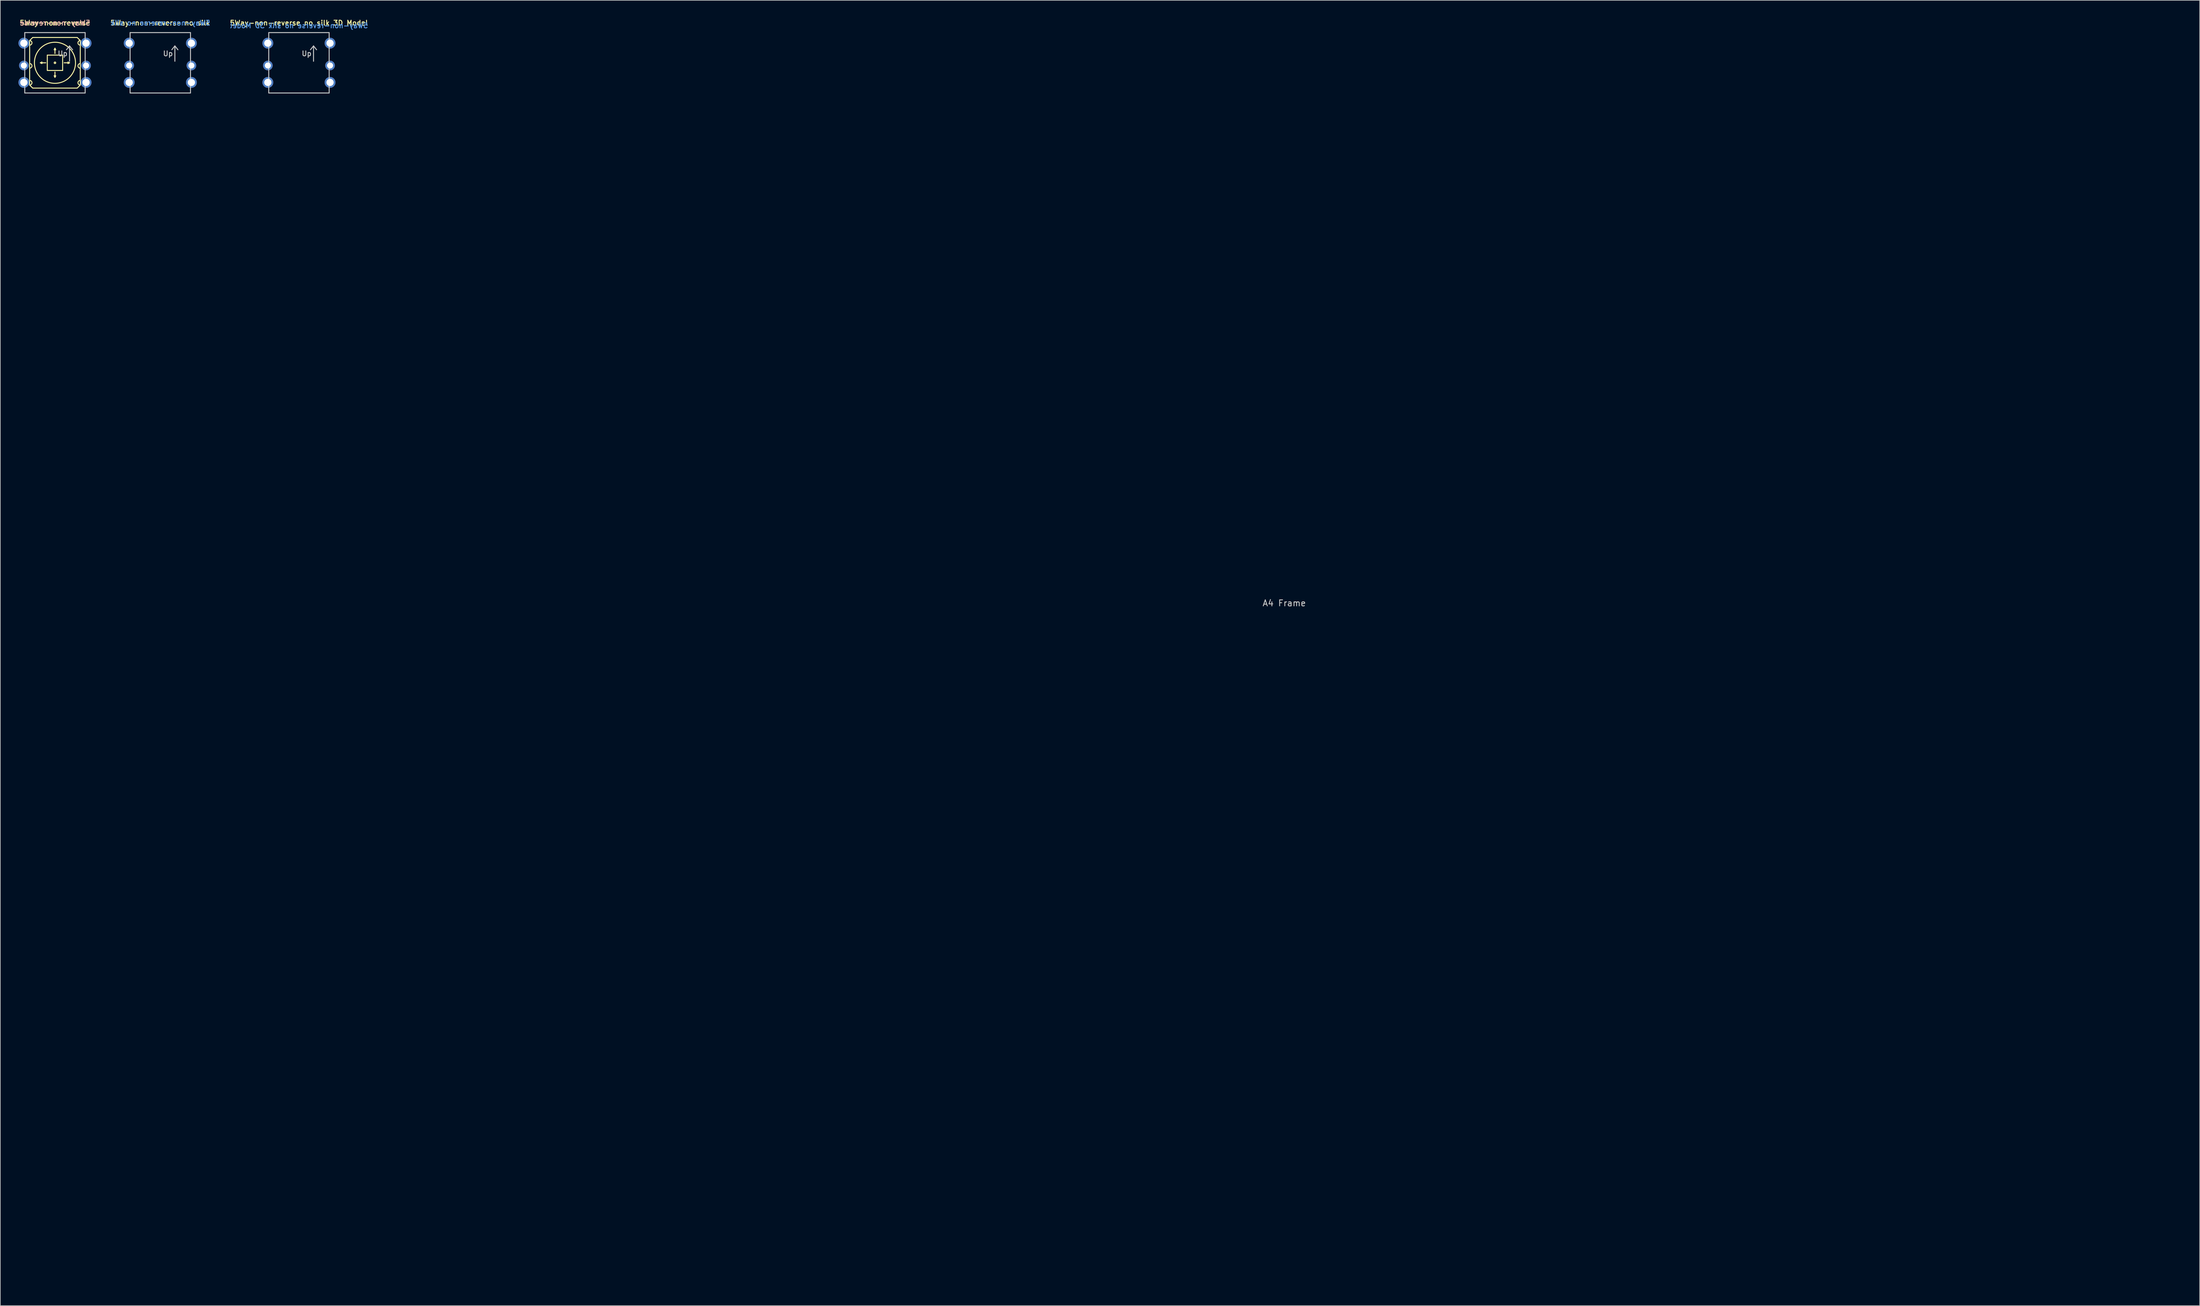
<source format=kicad_pcb>
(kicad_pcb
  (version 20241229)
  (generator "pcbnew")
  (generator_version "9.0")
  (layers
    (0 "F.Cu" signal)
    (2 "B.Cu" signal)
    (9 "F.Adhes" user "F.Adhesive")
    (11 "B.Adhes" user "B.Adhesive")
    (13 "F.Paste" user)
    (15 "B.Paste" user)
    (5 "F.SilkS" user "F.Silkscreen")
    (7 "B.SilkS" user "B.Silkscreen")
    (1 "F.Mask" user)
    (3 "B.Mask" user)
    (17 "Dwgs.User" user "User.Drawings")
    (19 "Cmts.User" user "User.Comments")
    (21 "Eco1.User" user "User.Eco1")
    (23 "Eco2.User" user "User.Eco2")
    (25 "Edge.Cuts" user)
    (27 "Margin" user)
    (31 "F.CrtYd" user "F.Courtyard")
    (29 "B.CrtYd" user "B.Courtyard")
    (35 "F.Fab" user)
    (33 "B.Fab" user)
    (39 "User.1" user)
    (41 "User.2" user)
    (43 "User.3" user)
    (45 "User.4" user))
  (footprint "5Way-non-reverse"
    (layer "F.Cu")
    (at 6.05 7.347)
    (property "Reference" "5Way-non-reverse" (at 0 -6.604 0) (layer "F.SilkS") (effects (font (size 0.813 0.813) (thickness 0.152))))
    (attr through_hole exclude_from_pos_files)
    (fp_line (start -4.191 -3.683) (end -3.683 -4.191) (stroke (width 0.16) (type solid)) (layer "F.SilkS"))
    (fp_line (start -4.191 3.683) (end -4.191 -3.683) (stroke (width 0.16) (type solid)) (layer "F.SilkS"))
    (fp_line (start -3.683 -4.191) (end 3.683 -4.191) (stroke (width 0.16) (type solid)) (layer "F.SilkS"))
    (fp_line (start -3.683 4.191) (end -4.191 3.683) (stroke (width 0.16) (type solid)) (layer "F.SilkS"))
    (fp_line (start -2.413 0) (end -2.159 -0.127) (stroke (width 0.16) (type solid)) (layer "F.SilkS"))
    (fp_line (start -2.159 -0.127) (end -2.159 0.127) (stroke (width 0.16) (type solid)) (layer "F.SilkS"))
    (fp_line (start -2.159 0.127) (end -2.413 0) (stroke (width 0.16) (type solid)) (layer "F.SilkS"))
    (fp_line (start -1.524 0) (end -2.413 0) (stroke (width 0.16) (type solid)) (layer "F.SilkS"))
    (fp_line (start -1.27 -1.27) (end -1.27 1.27) (stroke (width 0.16) (type solid)) (layer "F.SilkS"))
    (fp_line (start -1.27 1.27) (end 1.27 1.27) (stroke (width 0.16) (type solid)) (layer "F.SilkS"))
    (fp_line (start -0.127 -2.159) (end 0 -2.413) (stroke (width 0.16) (type solid)) (layer "F.SilkS"))
    (fp_line (start -0.127 2.159) (end 0.127 2.159) (stroke (width 0.16) (type solid)) (layer "F.SilkS"))
    (fp_line (start 0 -2.413) (end 0.127 -2.159) (stroke (width 0.16) (type solid)) (layer "F.SilkS"))
    (fp_line (start 0 -1.524) (end 0 -2.413) (stroke (width 0.16) (type solid)) (layer "F.SilkS"))
    (fp_line (start 0 1.524) (end 0 2.413) (stroke (width 0.16) (type solid)) (layer "F.SilkS"))
    (fp_line (start 0 2.413) (end -0.127 2.159) (stroke (width 0.16) (type solid)) (layer "F.SilkS"))
    (fp_line (start 0.127 -2.159) (end -0.127 -2.159) (stroke (width 0.16) (type solid)) (layer "F.SilkS"))
    (fp_line (start 0.127 2.159) (end 0 2.413) (stroke (width 0.16) (type solid)) (layer "F.SilkS"))
    (fp_line (start 1.27 -1.27) (end -1.27 -1.27) (stroke (width 0.16) (type solid)) (layer "F.SilkS"))
    (fp_line (start 1.27 1.27) (end 1.27 -1.27) (stroke (width 0.16) (type solid)) (layer "F.SilkS"))
    (fp_line (start 1.524 0) (end 2.413 0) (stroke (width 0.16) (type solid)) (layer "F.SilkS"))
    (fp_line (start 2.159 -0.127) (end 2.413 0) (stroke (width 0.16) (type solid)) (layer "F.SilkS"))
    (fp_line (start 2.159 0.127) (end 2.159 -0.127) (stroke (width 0.16) (type solid)) (layer "F.SilkS"))
    (fp_line (start 2.413 0) (end 2.159 0.127) (stroke (width 0.16) (type solid)) (layer "F.SilkS"))
    (fp_line (start 3.683 -4.191) (end 4.191 -3.683) (stroke (width 0.16) (type solid)) (layer "F.SilkS"))
    (fp_line (start 3.683 4.191) (end -3.683 4.191) (stroke (width 0.16) (type solid)) (layer "F.SilkS"))
    (fp_line (start 4.191 -3.683) (end 4.191 3.683) (stroke (width 0.16) (type solid)) (layer "F.SilkS"))
    (fp_line (start 4.191 3.683) (end 3.683 4.191) (stroke (width 0.16) (type solid)) (layer "F.SilkS"))
    (fp_arc (start -4.191 -3.683) (mid -3.81 -3.302) (end -4.191 -2.921) (stroke (width 0.16) (type solid)) (layer "F.SilkS"))
    (fp_arc (start -4.191 0.127) (mid -3.81 0.508) (end -4.191 0.889) (stroke (width 0.16) (type solid)) (layer "F.SilkS"))
    (fp_arc (start -4.191 2.921) (mid -3.81 3.302) (end -4.191 3.683) (stroke (width 0.16) (type solid)) (layer "F.SilkS"))
    (fp_arc (start 4.191 -2.921) (mid 3.81 -3.302) (end 4.191 -3.683) (stroke (width 0.16) (type solid)) (layer "F.SilkS"))
    (fp_arc (start 4.191 0.889) (mid 3.81 0.508) (end 4.191 0.127) (stroke (width 0.16) (type solid)) (layer "F.SilkS"))
    (fp_arc (start 4.191 3.683) (mid 3.81 3.302) (end 4.191 2.921) (stroke (width 0.16) (type solid)) (layer "F.SilkS"))
    (fp_circle (center 0 0) (end 0.127 0) (stroke (width 0.16) (type solid)) (fill no) (layer "F.SilkS"))
    (fp_circle (center 0 0) (end 3.4 0) (stroke (width 0.16) (type solid)) (fill no) (layer "F.SilkS"))
    (fp_line (start -5 -5) (end 5 -5) (stroke (width 0.16) (type solid)) (layer "Dwgs.User"))
    (fp_line (start -5 5) (end -5 -5) (stroke (width 0.16) (type solid)) (layer "Dwgs.User"))
    (fp_line (start 2.413 -2.794) (end 1.905 -2.159) (stroke (width 0.16) (type solid)) (layer "Dwgs.User"))
    (fp_line (start 2.413 -2.794) (end 2.921 -2.159) (stroke (width 0.16) (type solid)) (layer "Dwgs.User"))
    (fp_line (start 2.413 -0.254) (end 2.413 -2.794) (stroke (width 0.16) (type solid)) (layer "Dwgs.User"))
    (fp_line (start 5 -5) (end 5 5) (stroke (width 0.16) (type solid)) (layer "Dwgs.User"))
    (fp_line (start 5 5) (end -5 5) (stroke (width 0.16) (type solid)) (layer "Dwgs.User"))
    (fp_text user "${REFERENCE}" (at 0 -6.604 0) (layer "B.SilkS") (effects (font (size 0.813 0.813) (thickness 0.152)) (justify mirror)))
    (fp_text user "Up" (at 1.27 -1.524 0) (layer "Dwgs.User") (effects (font (size 0.813 0.813) (thickness 0.152))))
    (pad "1" thru_hole circle (at -5.15 -3.25) (size 1.8 1.8) (drill 1.2) (layers "*.Cu" "*.Mask"))
    (pad "2" thru_hole circle (at -5.15 0.45) (size 1.6 1.6) (drill 1) (layers "*.Cu" "*.Mask"))
    (pad "3" thru_hole circle (at -5.15 3.25) (size 1.8 1.8) (drill 1.2) (layers "*.Cu" "*.Mask"))
    (pad "4" thru_hole circle (at 5.15 3.25) (size 1.8 1.8) (drill 1.2) (layers "*.Cu" "*.Mask"))
    (pad "5" thru_hole circle (at 5.15 0.45) (size 1.6 1.6) (drill 1) (layers "*.Cu" "*.Mask"))
    (pad "6" thru_hole circle (at 5.15 -3.25) (size 1.8 1.8) (drill 1.2) (layers "*.Cu" "*.Mask")))
  (footprint "5Way-non-reverse no silk 3D Model"
    (layer "F.Cu")
    (at 46.448 7.347)
    (property "Reference" "5Way-non-reverse no silk 3D Model" (at 0 -6.604 0) (layer "F.SilkS") (effects (font (size 0.813 0.813) (thickness 0.152))))
    (attr through_hole exclude_from_pos_files)
    (fp_line (start -5 -5) (end 5 -5) (stroke (width 0.16) (type solid)) (layer "Dwgs.User"))
    (fp_line (start -5 5) (end -5 -5) (stroke (width 0.16) (type solid)) (layer "Dwgs.User"))
    (fp_line (start 2.413 -2.794) (end 1.905 -2.159) (stroke (width 0.16) (type solid)) (layer "Dwgs.User"))
    (fp_line (start 2.413 -2.794) (end 2.921 -2.159) (stroke (width 0.16) (type solid)) (layer "Dwgs.User"))
    (fp_line (start 2.413 -0.254) (end 2.413 -2.794) (stroke (width 0.16) (type solid)) (layer "Dwgs.User"))
    (fp_line (start 5 -5) (end 5 5) (stroke (width 0.16) (type solid)) (layer "Dwgs.User"))
    (fp_line (start 5 5) (end -5 5) (stroke (width 0.16) (type solid)) (layer "Dwgs.User"))
    (fp_text user "Up" (at 1.27 -1.524 0) (layer "Dwgs.User") (effects (font (size 0.813 0.813) (thickness 0.152))))
    (fp_text user "${REFERENCE}" (at 0 -6.154 0) (layer "Cmts.User") (effects (font (size 0.813 0.813) (thickness 0.152)) (justify mirror)))
    (pad "1" thru_hole circle (at -5.15 -3.25) (size 1.8 1.8) (drill 1.2) (layers "*.Cu" "*.Mask"))
    (pad "2" thru_hole circle (at -5.15 0.45) (size 1.6 1.6) (drill 1) (layers "*.Cu" "*.Mask"))
    (pad "3" thru_hole circle (at -5.15 3.25) (size 1.8 1.8) (drill 1.2) (layers "*.Cu" "*.Mask"))
    (pad "4" thru_hole circle (at 5.15 3.25) (size 1.8 1.8) (drill 1.2) (layers "*.Cu" "*.Mask"))
    (pad "5" thru_hole circle (at 5.15 0.45) (size 1.6 1.6) (drill 1) (layers "*.Cu" "*.Mask"))
    (pad "6" thru_hole circle (at 5.15 -3.25) (size 1.8 1.8) (drill 1.2) (layers "*.Cu" "*.Mask")))
  (footprint "A4 Frame"
    (layer "F.Cu")
    (at 209.588 105.075)
    (property "Reference" "A4 Frame" (at 0 -8.255 180) (layer "Dwgs.User") (effects (font (size 1 1) (thickness 0.15))))
    (attr through_hole)
    (fp_rect (start -148.5 -105) (end 148.5 105) (stroke (width 0.15) (type default)) (fill no) (layer "User.7")))
  (footprint "5Way-non-reverse no silk"
    (layer "F.Cu")
    (at 23.491 7.347)
    (property "Reference" "5Way-non-reverse no silk" (at 0 -6.604 0) (layer "F.SilkS") (effects (font (size 0.813 0.813) (thickness 0.152))))
    (attr through_hole exclude_from_pos_files)
    (fp_line (start -5 -5) (end 5 -5) (stroke (width 0.16) (type solid)) (layer "Dwgs.User"))
    (fp_line (start -5 5) (end -5 -5) (stroke (width 0.16) (type solid)) (layer "Dwgs.User"))
    (fp_line (start 2.413 -2.794) (end 1.905 -2.159) (stroke (width 0.16) (type solid)) (layer "Dwgs.User"))
    (fp_line (start 2.413 -2.794) (end 2.921 -2.159) (stroke (width 0.16) (type solid)) (layer "Dwgs.User"))
    (fp_line (start 2.413 -0.254) (end 2.413 -2.794) (stroke (width 0.16) (type solid)) (layer "Dwgs.User"))
    (fp_line (start 5 -5) (end 5 5) (stroke (width 0.16) (type solid)) (layer "Dwgs.User"))
    (fp_line (start 5 5) (end -5 5) (stroke (width 0.16) (type solid)) (layer "Dwgs.User"))
    (fp_text user "Up" (at 1.27 -1.524 0) (layer "Dwgs.User") (effects (font (size 0.813 0.813) (thickness 0.152))))
    (fp_text user "${REFERENCE}" (at 0 -6.604 0) (layer "Cmts.User") (effects (font (size 0.813 0.813) (thickness 0.152)) (justify mirror)))
    (pad "1" thru_hole circle (at -5.15 -3.25) (size 1.8 1.8) (drill 1.2) (layers "*.Cu" "*.Mask"))
    (pad "2" thru_hole circle (at -5.15 0.45) (size 1.6 1.6) (drill 1) (layers "*.Cu" "*.Mask"))
    (pad "3" thru_hole circle (at -5.15 3.25) (size 1.8 1.8) (drill 1.2) (layers "*.Cu" "*.Mask"))
    (pad "4" thru_hole circle (at 5.15 3.25) (size 1.8 1.8) (drill 1.2) (layers "*.Cu" "*.Mask"))
    (pad "5" thru_hole circle (at 5.15 0.45) (size 1.6 1.6) (drill 1) (layers "*.Cu" "*.Mask"))
    (pad "6" thru_hole circle (at 5.15 -3.25) (size 1.8 1.8) (drill 1.2) (layers "*.Cu" "*.Mask")))
  (gr_rect
    (start -3 -3)
    (end 361.163 213.15)
    (stroke (width 0.1) (type default))
    (fill no)
    (layer "Edge.Cuts")))
</source>
